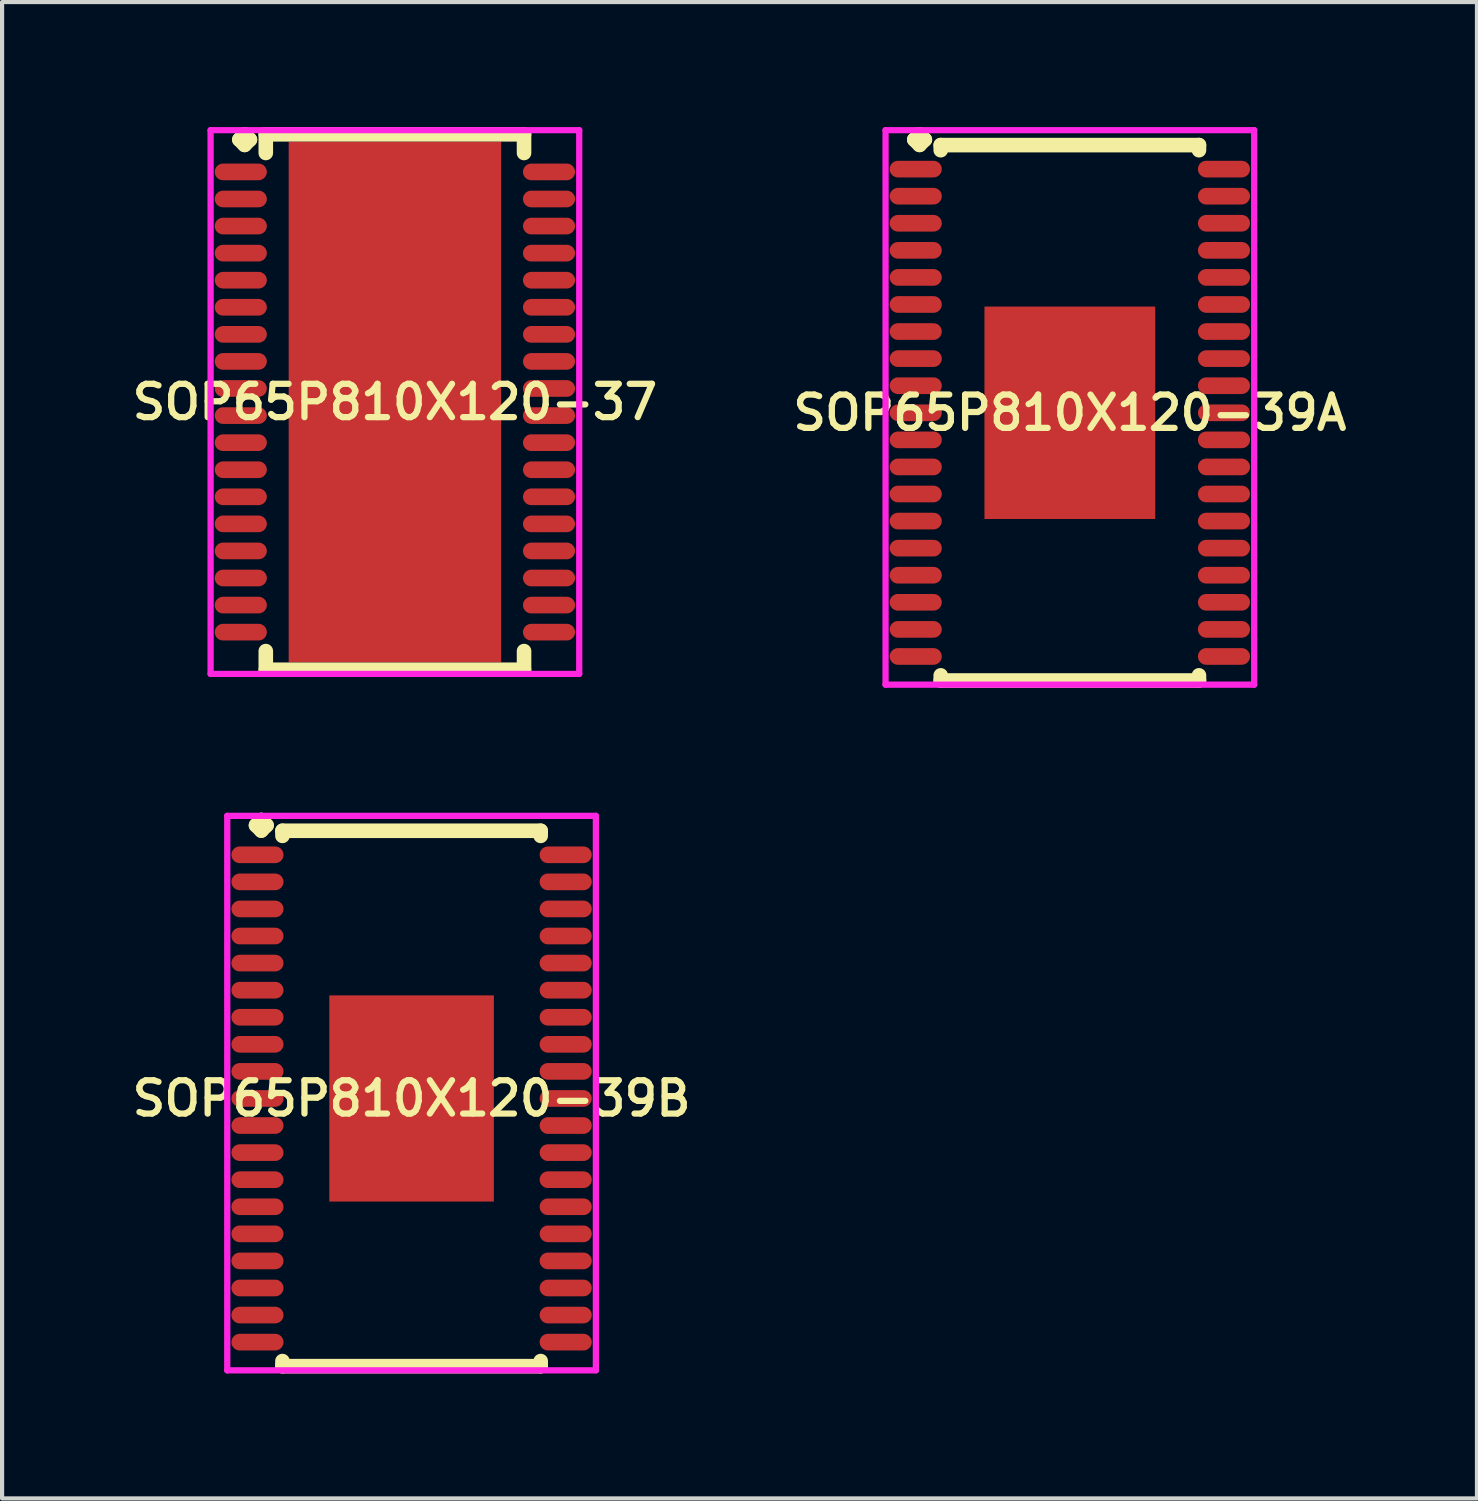
<source format=kicad_pcb>
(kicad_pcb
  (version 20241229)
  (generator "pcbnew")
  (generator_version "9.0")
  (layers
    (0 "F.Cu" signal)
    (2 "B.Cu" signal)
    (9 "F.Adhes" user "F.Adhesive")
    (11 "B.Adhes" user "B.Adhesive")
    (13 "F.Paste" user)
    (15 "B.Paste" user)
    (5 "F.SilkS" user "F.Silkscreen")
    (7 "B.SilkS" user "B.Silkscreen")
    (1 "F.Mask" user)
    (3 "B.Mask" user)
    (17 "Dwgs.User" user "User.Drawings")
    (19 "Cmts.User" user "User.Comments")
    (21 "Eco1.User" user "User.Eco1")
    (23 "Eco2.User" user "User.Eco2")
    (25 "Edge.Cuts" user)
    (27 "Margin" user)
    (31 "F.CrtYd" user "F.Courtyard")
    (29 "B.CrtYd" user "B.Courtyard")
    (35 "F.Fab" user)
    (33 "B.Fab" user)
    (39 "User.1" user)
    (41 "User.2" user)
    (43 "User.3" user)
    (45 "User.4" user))
  (footprint "SOP65P810X120-39A"
    (layer "F.Cu")
    (at 22.635 6.86)
    (property "Reference" "SOP65P810X120-39A" (at 0 0 0) (layer "F.SilkS") (effects (font (size 0.8 0.8) (thickness 0.15))))
    (attr smd)
    (fp_line (start -3.735 -6.558) (end -3.608 -6.685) (stroke (width 0.35) (type solid)) (layer "F.SilkS"))
    (fp_line (start -3.608 -6.685) (end -3.481 -6.558) (stroke (width 0.35) (type solid)) (layer "F.SilkS"))
    (fp_line (start -3.608 -6.431) (end -3.735 -6.558) (stroke (width 0.35) (type solid)) (layer "F.SilkS"))
    (fp_line (start -3.481 -6.558) (end -3.608 -6.431) (stroke (width 0.35) (type solid)) (layer "F.SilkS"))
    (fp_line (start -3.1 -6.427) (end 3.1 -6.427) (stroke (width 0.35) (type solid)) (layer "F.SilkS"))
    (fp_line (start -3.1 -6.304) (end -3.1 -6.427) (stroke (width 0.35) (type solid)) (layer "F.SilkS"))
    (fp_line (start -3.1 6.304) (end -3.1 6.427) (stroke (width 0.35) (type solid)) (layer "F.SilkS"))
    (fp_line (start -3.1 6.427) (end 3.1 6.427) (stroke (width 0.35) (type solid)) (layer "F.SilkS"))
    (fp_line (start 3.1 -6.427) (end 3.1 -6.304) (stroke (width 0.35) (type solid)) (layer "F.SilkS"))
    (fp_line (start 3.1 6.427) (end 3.1 6.304) (stroke (width 0.35) (type solid)) (layer "F.SilkS"))
    (fp_line (start -4.425 -6.785) (end 4.425 -6.785) (stroke (width 0.15) (type solid)) (layer "F.CrtYd"))
    (fp_line (start -4.425 6.527) (end -4.425 -6.785) (stroke (width 0.15) (type solid)) (layer "F.CrtYd"))
    (fp_line (start 4.425 -6.785) (end 4.425 6.527) (stroke (width 0.15) (type solid)) (layer "F.CrtYd"))
    (fp_line (start 4.425 6.527) (end -4.425 6.527) (stroke (width 0.15) (type solid)) (layer "F.CrtYd"))
    (pad "1" smd oval (at -3.7 -5.85) (size 1.25 0.4) (layers "F.Cu" "F.Mask" "F.Paste"))
    (pad "2" smd oval (at -3.7 -5.2) (size 1.25 0.4) (layers "F.Cu" "F.Mask" "F.Paste"))
    (pad "3" smd oval (at -3.7 -4.55) (size 1.25 0.4) (layers "F.Cu" "F.Mask" "F.Paste"))
    (pad "4" smd oval (at -3.7 -3.9) (size 1.25 0.4) (layers "F.Cu" "F.Mask" "F.Paste"))
    (pad "5" smd oval (at -3.7 -3.25) (size 1.25 0.4) (layers "F.Cu" "F.Mask" "F.Paste"))
    (pad "6" smd oval (at -3.7 -2.6) (size 1.25 0.4) (layers "F.Cu" "F.Mask" "F.Paste"))
    (pad "7" smd oval (at -3.7 -1.95) (size 1.25 0.4) (layers "F.Cu" "F.Mask" "F.Paste"))
    (pad "8" smd oval (at -3.7 -1.3) (size 1.25 0.4) (layers "F.Cu" "F.Mask" "F.Paste"))
    (pad "9" smd oval (at -3.7 -0.65) (size 1.25 0.4) (layers "F.Cu" "F.Mask" "F.Paste"))
    (pad "10" smd oval (at -3.7 0) (size 1.25 0.4) (layers "F.Cu" "F.Mask" "F.Paste"))
    (pad "11" smd oval (at -3.7 0.65) (size 1.25 0.4) (layers "F.Cu" "F.Mask" "F.Paste"))
    (pad "12" smd oval (at -3.7 1.3) (size 1.25 0.4) (layers "F.Cu" "F.Mask" "F.Paste"))
    (pad "13" smd oval (at -3.7 1.95) (size 1.25 0.4) (layers "F.Cu" "F.Mask" "F.Paste"))
    (pad "14" smd oval (at -3.7 2.6) (size 1.25 0.4) (layers "F.Cu" "F.Mask" "F.Paste"))
    (pad "15" smd oval (at -3.7 3.25) (size 1.25 0.4) (layers "F.Cu" "F.Mask" "F.Paste"))
    (pad "16" smd oval (at -3.7 3.9) (size 1.25 0.4) (layers "F.Cu" "F.Mask" "F.Paste"))
    (pad "17" smd oval (at -3.7 4.55) (size 1.25 0.4) (layers "F.Cu" "F.Mask" "F.Paste"))
    (pad "18" smd oval (at -3.7 5.2) (size 1.25 0.4) (layers "F.Cu" "F.Mask" "F.Paste"))
    (pad "19" smd oval (at -3.7 5.85) (size 1.25 0.4) (layers "F.Cu" "F.Mask" "F.Paste"))
    (pad "20" smd oval (at 3.7 5.85) (size 1.25 0.4) (layers "F.Cu" "F.Mask" "F.Paste"))
    (pad "21" smd oval (at 3.7 5.2) (size 1.25 0.4) (layers "F.Cu" "F.Mask" "F.Paste"))
    (pad "22" smd oval (at 3.7 4.55) (size 1.25 0.4) (layers "F.Cu" "F.Mask" "F.Paste"))
    (pad "23" smd oval (at 3.7 3.9) (size 1.25 0.4) (layers "F.Cu" "F.Mask" "F.Paste"))
    (pad "24" smd oval (at 3.7 3.25) (size 1.25 0.4) (layers "F.Cu" "F.Mask" "F.Paste"))
    (pad "25" smd oval (at 3.7 2.6) (size 1.25 0.4) (layers "F.Cu" "F.Mask" "F.Paste"))
    (pad "26" smd oval (at 3.7 1.95) (size 1.25 0.4) (layers "F.Cu" "F.Mask" "F.Paste"))
    (pad "27" smd oval (at 3.7 1.3) (size 1.25 0.4) (layers "F.Cu" "F.Mask" "F.Paste"))
    (pad "28" smd oval (at 3.7 0.65) (size 1.25 0.4) (layers "F.Cu" "F.Mask" "F.Paste"))
    (pad "29" smd oval (at 3.7 0) (size 1.25 0.4) (layers "F.Cu" "F.Mask" "F.Paste"))
    (pad "30" smd oval (at 3.7 -0.65) (size 1.25 0.4) (layers "F.Cu" "F.Mask" "F.Paste"))
    (pad "31" smd oval (at 3.7 -1.3) (size 1.25 0.4) (layers "F.Cu" "F.Mask" "F.Paste"))
    (pad "32" smd oval (at 3.7 -1.95) (size 1.25 0.4) (layers "F.Cu" "F.Mask" "F.Paste"))
    (pad "33" smd oval (at 3.7 -2.6) (size 1.25 0.4) (layers "F.Cu" "F.Mask" "F.Paste"))
    (pad "34" smd oval (at 3.7 -3.25) (size 1.25 0.4) (layers "F.Cu" "F.Mask" "F.Paste"))
    (pad "35" smd oval (at 3.7 -3.9) (size 1.25 0.4) (layers "F.Cu" "F.Mask" "F.Paste"))
    (pad "36" smd oval (at 3.7 -4.55) (size 1.25 0.4) (layers "F.Cu" "F.Mask" "F.Paste"))
    (pad "37" smd oval (at 3.7 -5.2) (size 1.25 0.4) (layers "F.Cu" "F.Mask" "F.Paste"))
    (pad "38" smd oval (at 3.7 -5.85) (size 1.25 0.4) (layers "F.Cu" "F.Mask" "F.Paste"))
    (pad "39" smd rect (at 0 0) (size 4.1 5.1) (layers "F.Cu" "F.Mask" "F.Paste")))
  (footprint "SOP65P810X120-39B"
    (layer "F.Cu")
    (at 6.831 23.322)
    (property "Reference" "SOP65P810X120-39B" (at 0 0 0) (layer "F.SilkS") (effects (font (size 0.8 0.8) (thickness 0.15))))
    (attr smd)
    (fp_line (start -3.735 -6.558) (end -3.608 -6.685) (stroke (width 0.35) (type solid)) (layer "F.SilkS"))
    (fp_line (start -3.608 -6.685) (end -3.481 -6.558) (stroke (width 0.35) (type solid)) (layer "F.SilkS"))
    (fp_line (start -3.608 -6.431) (end -3.735 -6.558) (stroke (width 0.35) (type solid)) (layer "F.SilkS"))
    (fp_line (start -3.481 -6.558) (end -3.608 -6.431) (stroke (width 0.35) (type solid)) (layer "F.SilkS"))
    (fp_line (start -3.1 -6.427) (end 3.1 -6.427) (stroke (width 0.35) (type solid)) (layer "F.SilkS"))
    (fp_line (start -3.1 -6.304) (end -3.1 -6.427) (stroke (width 0.35) (type solid)) (layer "F.SilkS"))
    (fp_line (start -3.1 6.304) (end -3.1 6.427) (stroke (width 0.35) (type solid)) (layer "F.SilkS"))
    (fp_line (start -3.1 6.427) (end 3.1 6.427) (stroke (width 0.35) (type solid)) (layer "F.SilkS"))
    (fp_line (start 3.1 -6.427) (end 3.1 -6.304) (stroke (width 0.35) (type solid)) (layer "F.SilkS"))
    (fp_line (start 3.1 6.427) (end 3.1 6.304) (stroke (width 0.35) (type solid)) (layer "F.SilkS"))
    (fp_line (start -4.425 -6.785) (end 4.425 -6.785) (stroke (width 0.15) (type solid)) (layer "F.CrtYd"))
    (fp_line (start -4.425 6.527) (end -4.425 -6.785) (stroke (width 0.15) (type solid)) (layer "F.CrtYd"))
    (fp_line (start 4.425 -6.785) (end 4.425 6.527) (stroke (width 0.15) (type solid)) (layer "F.CrtYd"))
    (fp_line (start 4.425 6.527) (end -4.425 6.527) (stroke (width 0.15) (type solid)) (layer "F.CrtYd"))
    (pad "1" smd oval (at -3.7 -5.85) (size 1.25 0.4) (layers "F.Cu" "F.Mask" "F.Paste"))
    (pad "2" smd oval (at -3.7 -5.2) (size 1.25 0.4) (layers "F.Cu" "F.Mask" "F.Paste"))
    (pad "3" smd oval (at -3.7 -4.55) (size 1.25 0.4) (layers "F.Cu" "F.Mask" "F.Paste"))
    (pad "4" smd oval (at -3.7 -3.9) (size 1.25 0.4) (layers "F.Cu" "F.Mask" "F.Paste"))
    (pad "5" smd oval (at -3.7 -3.25) (size 1.25 0.4) (layers "F.Cu" "F.Mask" "F.Paste"))
    (pad "6" smd oval (at -3.7 -2.6) (size 1.25 0.4) (layers "F.Cu" "F.Mask" "F.Paste"))
    (pad "7" smd oval (at -3.7 -1.95) (size 1.25 0.4) (layers "F.Cu" "F.Mask" "F.Paste"))
    (pad "8" smd oval (at -3.7 -1.3) (size 1.25 0.4) (layers "F.Cu" "F.Mask" "F.Paste"))
    (pad "9" smd oval (at -3.7 -0.65) (size 1.25 0.4) (layers "F.Cu" "F.Mask" "F.Paste"))
    (pad "10" smd oval (at -3.7 0) (size 1.25 0.4) (layers "F.Cu" "F.Mask" "F.Paste"))
    (pad "11" smd oval (at -3.7 0.65) (size 1.25 0.4) (layers "F.Cu" "F.Mask" "F.Paste"))
    (pad "12" smd oval (at -3.7 1.3) (size 1.25 0.4) (layers "F.Cu" "F.Mask" "F.Paste"))
    (pad "13" smd oval (at -3.7 1.95) (size 1.25 0.4) (layers "F.Cu" "F.Mask" "F.Paste"))
    (pad "14" smd oval (at -3.7 2.6) (size 1.25 0.4) (layers "F.Cu" "F.Mask" "F.Paste"))
    (pad "15" smd oval (at -3.7 3.25) (size 1.25 0.4) (layers "F.Cu" "F.Mask" "F.Paste"))
    (pad "16" smd oval (at -3.7 3.9) (size 1.25 0.4) (layers "F.Cu" "F.Mask" "F.Paste"))
    (pad "17" smd oval (at -3.7 4.55) (size 1.25 0.4) (layers "F.Cu" "F.Mask" "F.Paste"))
    (pad "18" smd oval (at -3.7 5.2) (size 1.25 0.4) (layers "F.Cu" "F.Mask" "F.Paste"))
    (pad "19" smd oval (at -3.7 5.85) (size 1.25 0.4) (layers "F.Cu" "F.Mask" "F.Paste"))
    (pad "20" smd oval (at 3.7 5.85) (size 1.25 0.4) (layers "F.Cu" "F.Mask" "F.Paste"))
    (pad "21" smd oval (at 3.7 5.2) (size 1.25 0.4) (layers "F.Cu" "F.Mask" "F.Paste"))
    (pad "22" smd oval (at 3.7 4.55) (size 1.25 0.4) (layers "F.Cu" "F.Mask" "F.Paste"))
    (pad "23" smd oval (at 3.7 3.9) (size 1.25 0.4) (layers "F.Cu" "F.Mask" "F.Paste"))
    (pad "24" smd oval (at 3.7 3.25) (size 1.25 0.4) (layers "F.Cu" "F.Mask" "F.Paste"))
    (pad "25" smd oval (at 3.7 2.6) (size 1.25 0.4) (layers "F.Cu" "F.Mask" "F.Paste"))
    (pad "26" smd oval (at 3.7 1.95) (size 1.25 0.4) (layers "F.Cu" "F.Mask" "F.Paste"))
    (pad "27" smd oval (at 3.7 1.3) (size 1.25 0.4) (layers "F.Cu" "F.Mask" "F.Paste"))
    (pad "28" smd oval (at 3.7 0.65) (size 1.25 0.4) (layers "F.Cu" "F.Mask" "F.Paste"))
    (pad "29" smd oval (at 3.7 0) (size 1.25 0.4) (layers "F.Cu" "F.Mask" "F.Paste"))
    (pad "30" smd oval (at 3.7 -0.65) (size 1.25 0.4) (layers "F.Cu" "F.Mask" "F.Paste"))
    (pad "31" smd oval (at 3.7 -1.3) (size 1.25 0.4) (layers "F.Cu" "F.Mask" "F.Paste"))
    (pad "32" smd oval (at 3.7 -1.95) (size 1.25 0.4) (layers "F.Cu" "F.Mask" "F.Paste"))
    (pad "33" smd oval (at 3.7 -2.6) (size 1.25 0.4) (layers "F.Cu" "F.Mask" "F.Paste"))
    (pad "34" smd oval (at 3.7 -3.25) (size 1.25 0.4) (layers "F.Cu" "F.Mask" "F.Paste"))
    (pad "35" smd oval (at 3.7 -3.9) (size 1.25 0.4) (layers "F.Cu" "F.Mask" "F.Paste"))
    (pad "36" smd oval (at 3.7 -4.55) (size 1.25 0.4) (layers "F.Cu" "F.Mask" "F.Paste"))
    (pad "37" smd oval (at 3.7 -5.2) (size 1.25 0.4) (layers "F.Cu" "F.Mask" "F.Paste"))
    (pad "38" smd oval (at 3.7 -5.85) (size 1.25 0.4) (layers "F.Cu" "F.Mask" "F.Paste"))
    (pad "39" smd rect (at 0 0) (size 3.95 4.95) (layers "F.Cu" "F.Mask" "F.Paste")))
  (footprint "SOP65P810X120-37"
    (layer "F.Cu")
    (at 6.431 6.602)
    (property "Reference" "SOP65P810X120-37" (at 0 0 0) (layer "F.SilkS") (effects (font (size 0.8 0.8) (thickness 0.15))))
    (attr smd)
    (fp_line (start -3.735 -6.3) (end -3.608 -6.427) (stroke (width 0.35) (type solid)) (layer "F.SilkS"))
    (fp_line (start -3.608 -6.427) (end -3.481 -6.3) (stroke (width 0.35) (type solid)) (layer "F.SilkS"))
    (fp_line (start -3.608 -6.173) (end -3.735 -6.3) (stroke (width 0.35) (type solid)) (layer "F.SilkS"))
    (fp_line (start -3.481 -6.3) (end -3.608 -6.173) (stroke (width 0.35) (type solid)) (layer "F.SilkS"))
    (fp_line (start -3.1 -6.427) (end 3.1 -6.427) (stroke (width 0.35) (type solid)) (layer "F.SilkS"))
    (fp_line (start -3.1 -5.979) (end -3.1 -6.427) (stroke (width 0.35) (type solid)) (layer "F.SilkS"))
    (fp_line (start -3.1 5.979) (end -3.1 6.427) (stroke (width 0.35) (type solid)) (layer "F.SilkS"))
    (fp_line (start -3.1 6.427) (end 3.1 6.427) (stroke (width 0.35) (type solid)) (layer "F.SilkS"))
    (fp_line (start 3.1 -6.427) (end 3.1 -5.979) (stroke (width 0.35) (type solid)) (layer "F.SilkS"))
    (fp_line (start 3.1 6.427) (end 3.1 5.979) (stroke (width 0.35) (type solid)) (layer "F.SilkS"))
    (fp_line (start -4.425 -6.527) (end 4.425 -6.527) (stroke (width 0.15) (type solid)) (layer "F.CrtYd"))
    (fp_line (start -4.425 6.527) (end -4.425 -6.527) (stroke (width 0.15) (type solid)) (layer "F.CrtYd"))
    (fp_line (start 4.425 -6.527) (end 4.425 6.527) (stroke (width 0.15) (type solid)) (layer "F.CrtYd"))
    (fp_line (start 4.425 6.527) (end -4.425 6.527) (stroke (width 0.15) (type solid)) (layer "F.CrtYd"))
    (pad "1" smd oval (at -3.7 -5.525) (size 1.25 0.4) (layers "F.Cu" "F.Mask" "F.Paste"))
    (pad "2" smd oval (at -3.7 -4.875) (size 1.25 0.4) (layers "F.Cu" "F.Mask" "F.Paste"))
    (pad "3" smd oval (at -3.7 -4.225) (size 1.25 0.4) (layers "F.Cu" "F.Mask" "F.Paste"))
    (pad "4" smd oval (at -3.7 -3.575) (size 1.25 0.4) (layers "F.Cu" "F.Mask" "F.Paste"))
    (pad "5" smd oval (at -3.7 -2.925) (size 1.25 0.4) (layers "F.Cu" "F.Mask" "F.Paste"))
    (pad "6" smd oval (at -3.7 -2.275) (size 1.25 0.4) (layers "F.Cu" "F.Mask" "F.Paste"))
    (pad "7" smd oval (at -3.7 -1.625) (size 1.25 0.4) (layers "F.Cu" "F.Mask" "F.Paste"))
    (pad "8" smd oval (at -3.7 -0.975) (size 1.25 0.4) (layers "F.Cu" "F.Mask" "F.Paste"))
    (pad "9" smd oval (at -3.7 -0.325) (size 1.25 0.4) (layers "F.Cu" "F.Mask" "F.Paste"))
    (pad "10" smd oval (at -3.7 0.325) (size 1.25 0.4) (layers "F.Cu" "F.Mask" "F.Paste"))
    (pad "11" smd oval (at -3.7 0.975) (size 1.25 0.4) (layers "F.Cu" "F.Mask" "F.Paste"))
    (pad "12" smd oval (at -3.7 1.625) (size 1.25 0.4) (layers "F.Cu" "F.Mask" "F.Paste"))
    (pad "13" smd oval (at -3.7 2.275) (size 1.25 0.4) (layers "F.Cu" "F.Mask" "F.Paste"))
    (pad "14" smd oval (at -3.7 2.925) (size 1.25 0.4) (layers "F.Cu" "F.Mask" "F.Paste"))
    (pad "15" smd oval (at -3.7 3.575) (size 1.25 0.4) (layers "F.Cu" "F.Mask" "F.Paste"))
    (pad "16" smd oval (at -3.7 4.225) (size 1.25 0.4) (layers "F.Cu" "F.Mask" "F.Paste"))
    (pad "17" smd oval (at -3.7 4.875) (size 1.25 0.4) (layers "F.Cu" "F.Mask" "F.Paste"))
    (pad "18" smd oval (at -3.7 5.525) (size 1.25 0.4) (layers "F.Cu" "F.Mask" "F.Paste"))
    (pad "19" smd oval (at 3.7 5.525) (size 1.25 0.4) (layers "F.Cu" "F.Mask" "F.Paste"))
    (pad "20" smd oval (at 3.7 4.875) (size 1.25 0.4) (layers "F.Cu" "F.Mask" "F.Paste"))
    (pad "21" smd oval (at 3.7 4.225) (size 1.25 0.4) (layers "F.Cu" "F.Mask" "F.Paste"))
    (pad "22" smd oval (at 3.7 3.575) (size 1.25 0.4) (layers "F.Cu" "F.Mask" "F.Paste"))
    (pad "23" smd oval (at 3.7 2.925) (size 1.25 0.4) (layers "F.Cu" "F.Mask" "F.Paste"))
    (pad "24" smd oval (at 3.7 2.275) (size 1.25 0.4) (layers "F.Cu" "F.Mask" "F.Paste"))
    (pad "25" smd oval (at 3.7 1.625) (size 1.25 0.4) (layers "F.Cu" "F.Mask" "F.Paste"))
    (pad "26" smd oval (at 3.7 0.975) (size 1.25 0.4) (layers "F.Cu" "F.Mask" "F.Paste"))
    (pad "27" smd oval (at 3.7 0.325) (size 1.25 0.4) (layers "F.Cu" "F.Mask" "F.Paste"))
    (pad "28" smd oval (at 3.7 -0.325) (size 1.25 0.4) (layers "F.Cu" "F.Mask" "F.Paste"))
    (pad "29" smd oval (at 3.7 -0.975) (size 1.25 0.4) (layers "F.Cu" "F.Mask" "F.Paste"))
    (pad "30" smd oval (at 3.7 -1.625) (size 1.25 0.4) (layers "F.Cu" "F.Mask" "F.Paste"))
    (pad "31" smd oval (at 3.7 -2.275) (size 1.25 0.4) (layers "F.Cu" "F.Mask" "F.Paste"))
    (pad "32" smd oval (at 3.7 -2.925) (size 1.25 0.4) (layers "F.Cu" "F.Mask" "F.Paste"))
    (pad "33" smd oval (at 3.7 -3.575) (size 1.25 0.4) (layers "F.Cu" "F.Mask" "F.Paste"))
    (pad "34" smd oval (at 3.7 -4.225) (size 1.25 0.4) (layers "F.Cu" "F.Mask" "F.Paste"))
    (pad "35" smd oval (at 3.7 -4.875) (size 1.25 0.4) (layers "F.Cu" "F.Mask" "F.Paste"))
    (pad "36" smd oval (at 3.7 -5.525) (size 1.25 0.4) (layers "F.Cu" "F.Mask" "F.Paste"))
    (pad "37" smd rect (at 0 0) (size 5.1 12.5) (layers "F.Cu" "F.Mask" "F.Paste")))
  (gr_rect
    (start -3 -3)
    (end 32.409 32.924)
    (stroke (width 0.1) (type default))
    (fill no)
    (layer "Edge.Cuts")))
</source>
